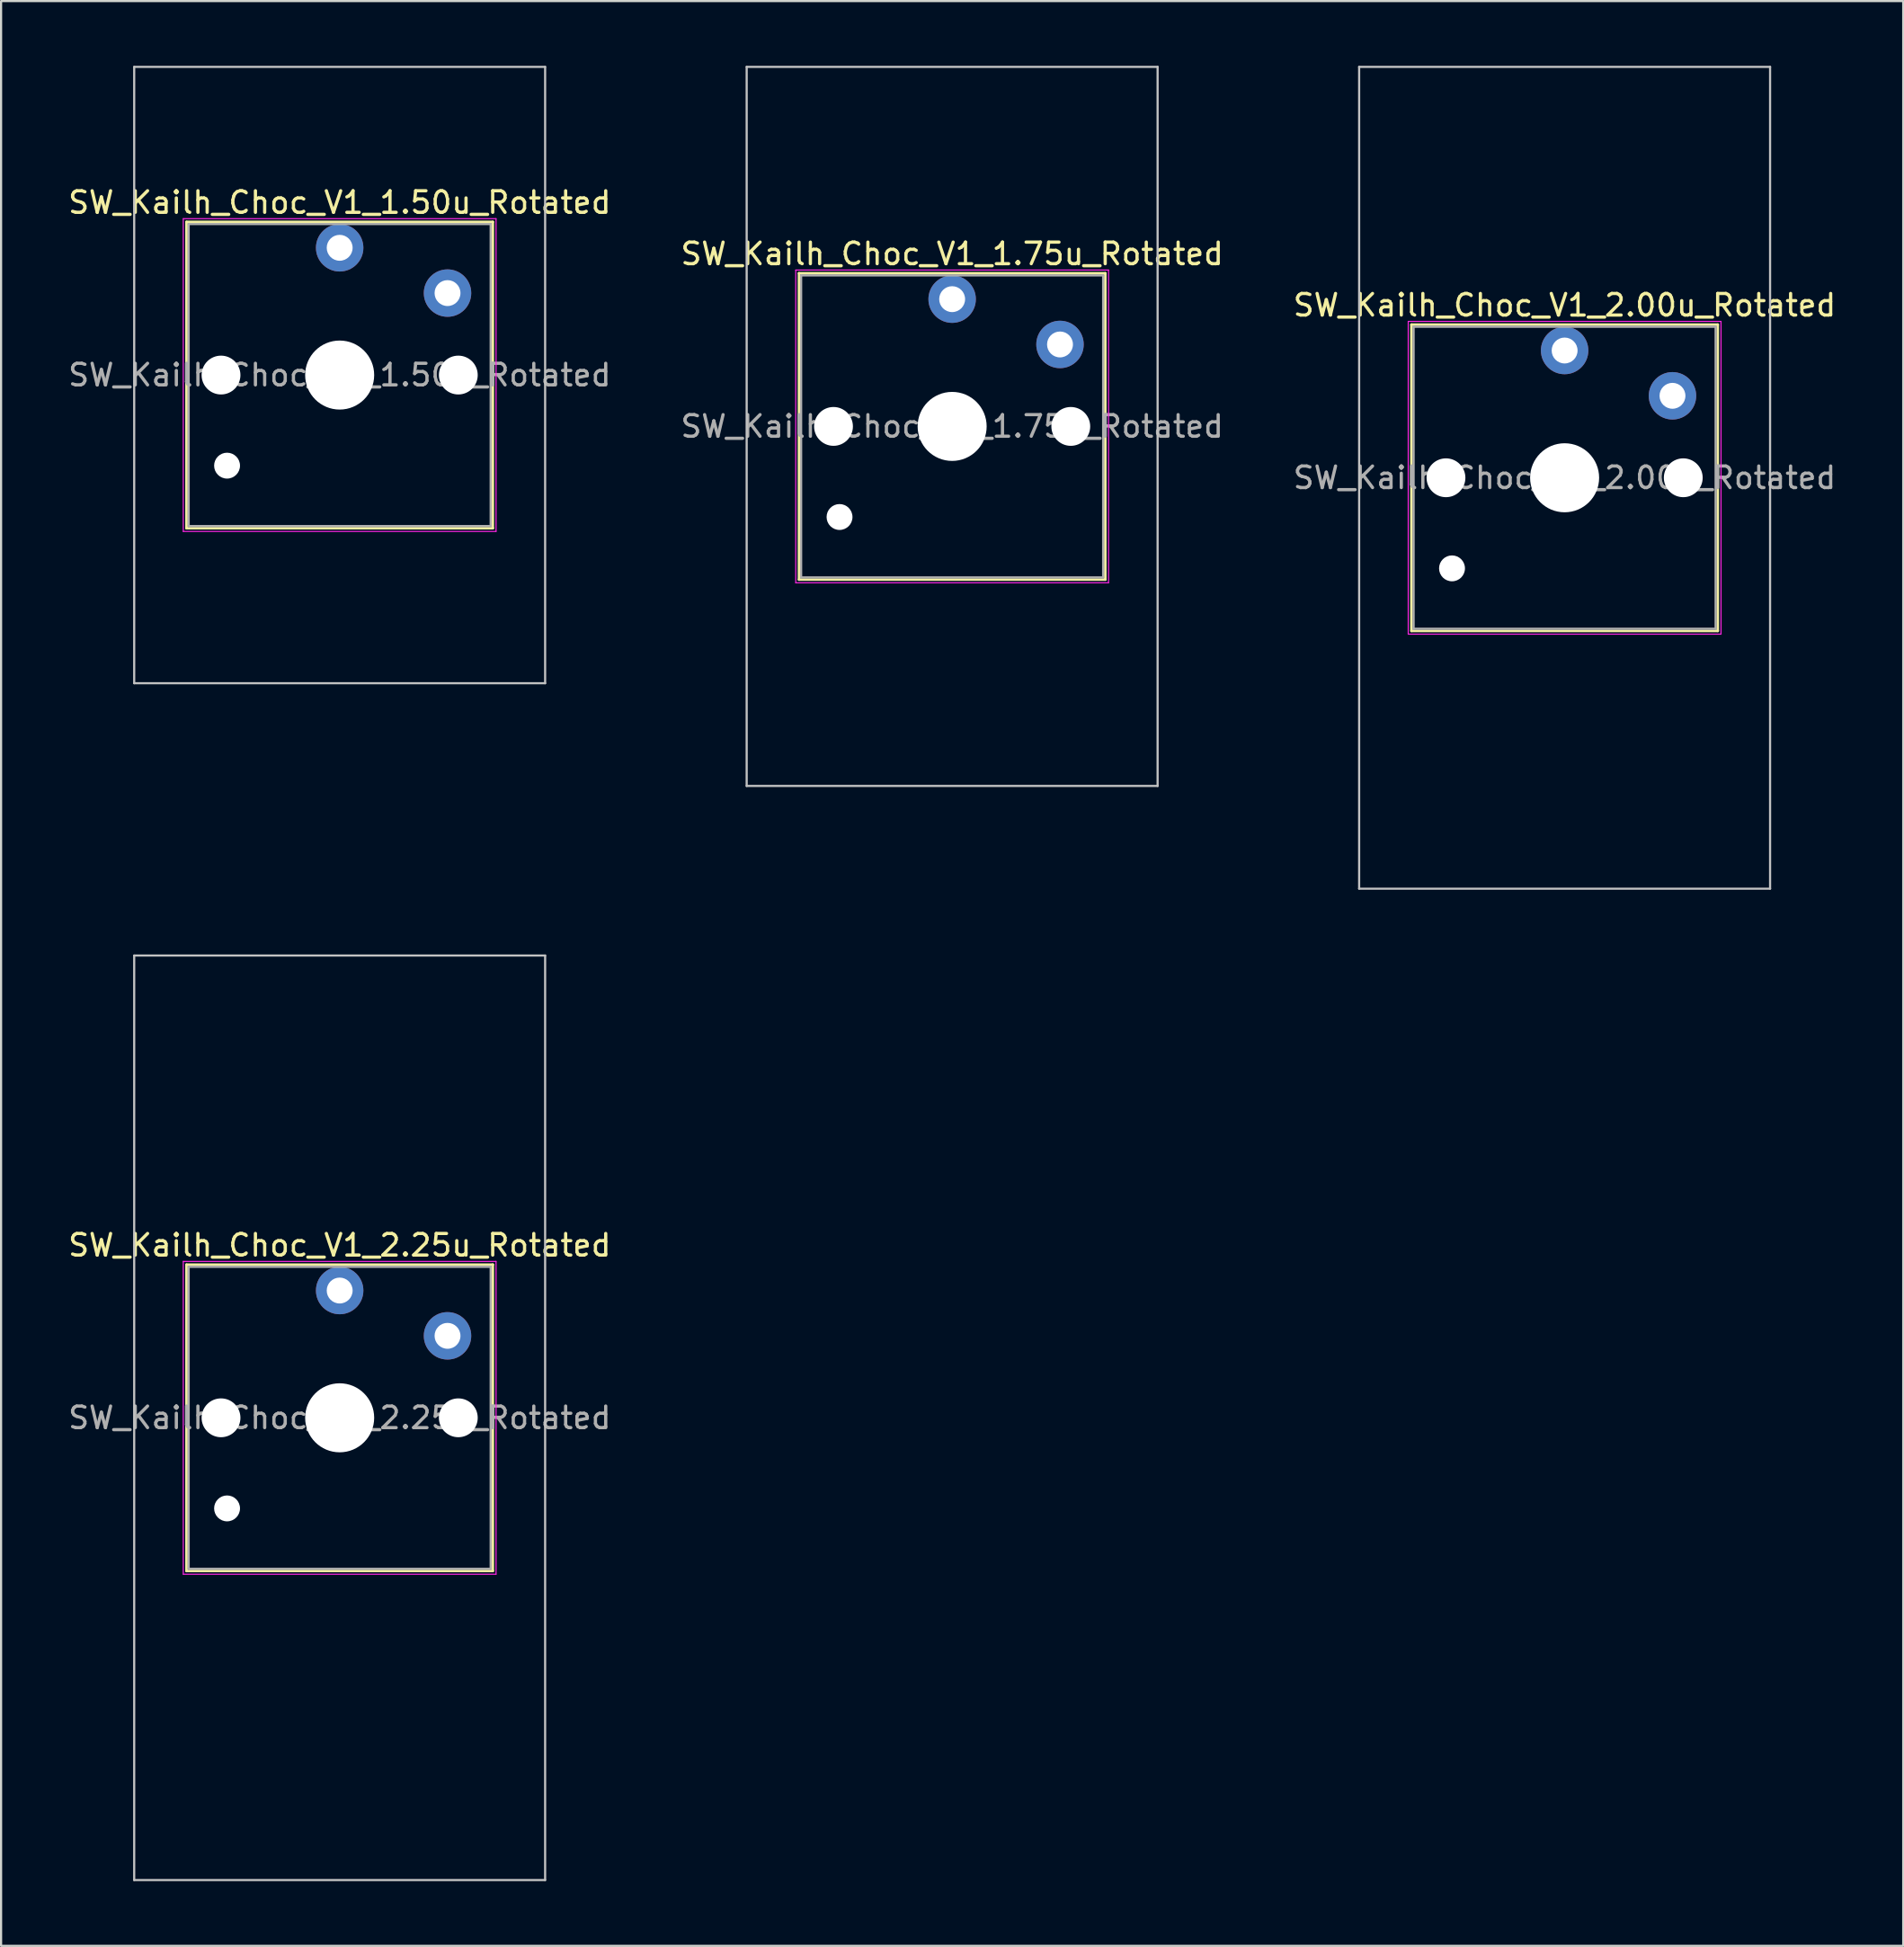
<source format=kicad_pcb>
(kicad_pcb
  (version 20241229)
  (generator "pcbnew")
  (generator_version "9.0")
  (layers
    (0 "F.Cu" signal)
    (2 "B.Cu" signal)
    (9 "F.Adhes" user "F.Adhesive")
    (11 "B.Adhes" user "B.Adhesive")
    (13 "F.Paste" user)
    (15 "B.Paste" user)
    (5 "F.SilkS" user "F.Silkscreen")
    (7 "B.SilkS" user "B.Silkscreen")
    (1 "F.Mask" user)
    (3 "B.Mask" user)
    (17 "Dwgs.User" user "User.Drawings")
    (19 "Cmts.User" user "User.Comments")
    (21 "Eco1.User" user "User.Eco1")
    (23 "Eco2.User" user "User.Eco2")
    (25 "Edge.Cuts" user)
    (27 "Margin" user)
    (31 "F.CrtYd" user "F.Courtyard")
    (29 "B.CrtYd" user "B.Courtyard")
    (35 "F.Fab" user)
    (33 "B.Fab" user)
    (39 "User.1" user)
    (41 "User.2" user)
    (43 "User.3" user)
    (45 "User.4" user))
  (footprint "SW_Kailh_Choc_V1_2.25u_Rotated"
    (layer "F.Cu")
    (at 12.696 62.681)
    (property "Reference" "SW_Kailh_Choc_V1_2.25u_Rotated" (at 0 -8 0) (layer "F.SilkS") (effects (font (size 1 1) (thickness 0.15))))
    (attr through_hole)
    (fp_line (start -7.1 -7.1) (end -7.1 7.1) (stroke (width 0.12) (type solid)) (layer "F.SilkS"))
    (fp_line (start -7.1 7.1) (end 7.1 7.1) (stroke (width 0.12) (type solid)) (layer "F.SilkS"))
    (fp_line (start 7.1 -7.1) (end -7.1 -7.1) (stroke (width 0.12) (type solid)) (layer "F.SilkS"))
    (fp_line (start 7.1 7.1) (end 7.1 -7.1) (stroke (width 0.12) (type solid)) (layer "F.SilkS"))
    (fp_line (start -9.525 -21.431) (end -9.525 21.431) (stroke (width 0.1) (type solid)) (layer "Dwgs.User"))
    (fp_line (start -9.525 21.431) (end 9.525 21.431) (stroke (width 0.1) (type solid)) (layer "Dwgs.User"))
    (fp_line (start 9.525 -21.431) (end -9.525 -21.431) (stroke (width 0.1) (type solid)) (layer "Dwgs.User"))
    (fp_line (start 9.525 21.431) (end 9.525 -21.431) (stroke (width 0.1) (type solid)) (layer "Dwgs.User"))
    (fp_line (start -7.25 -7.25) (end -7.25 7.25) (stroke (width 0.05) (type solid)) (layer "F.CrtYd"))
    (fp_line (start -7.25 7.25) (end 7.25 7.25) (stroke (width 0.05) (type solid)) (layer "F.CrtYd"))
    (fp_line (start 7.25 -7.25) (end -7.25 -7.25) (stroke (width 0.05) (type solid)) (layer "F.CrtYd"))
    (fp_line (start 7.25 7.25) (end 7.25 -7.25) (stroke (width 0.05) (type solid)) (layer "F.CrtYd"))
    (fp_line (start -7 -7) (end -7 7) (stroke (width 0.1) (type solid)) (layer "F.Fab"))
    (fp_line (start -7 7) (end 7 7) (stroke (width 0.1) (type solid)) (layer "F.Fab"))
    (fp_line (start 7 -7) (end -7 -7) (stroke (width 0.1) (type solid)) (layer "F.Fab"))
    (fp_line (start 7 7) (end 7 -7) (stroke (width 0.1) (type solid)) (layer "F.Fab"))
    (fp_text user "${REFERENCE}" (at 0 0 0) (layer "F.Fab") (effects (font (size 1 1) (thickness 0.15))))
    (pad "" np_thru_hole circle (at -5.5 0) (size 1.8 1.8) (drill 1.8) (layers "*.Cu" "*.Mask"))
    (pad "" np_thru_hole circle (at -5.22 4.2) (size 1.2 1.2) (drill 1.2) (layers "*.Cu" "*.Mask"))
    (pad "" np_thru_hole circle (at 0 0) (size 3.2 3.2) (drill 3.2) (layers "*.Cu" "*.Mask"))
    (pad "" np_thru_hole circle (at 5.5 0) (size 1.8 1.8) (drill 1.8) (layers "*.Cu" "*.Mask"))
    (pad "1" thru_hole circle (at 0 -5.9) (size 2.2 2.2) (drill 1.2) (layers "*.Cu" "B.Mask"))
    (pad "2" thru_hole circle (at 5 -3.8) (size 2.2 2.2) (drill 1.2) (layers "*.Cu" "B.Mask")))
  (footprint "SW_Kailh_Choc_V1_1.50u_Rotated"
    (layer "F.Cu")
    (at 12.696 14.338)
    (property "Reference" "SW_Kailh_Choc_V1_1.50u_Rotated" (at 0 -8 0) (layer "F.SilkS") (effects (font (size 1 1) (thickness 0.15))))
    (attr through_hole)
    (fp_line (start -7.1 -7.1) (end -7.1 7.1) (stroke (width 0.12) (type solid)) (layer "F.SilkS"))
    (fp_line (start -7.1 7.1) (end 7.1 7.1) (stroke (width 0.12) (type solid)) (layer "F.SilkS"))
    (fp_line (start 7.1 -7.1) (end -7.1 -7.1) (stroke (width 0.12) (type solid)) (layer "F.SilkS"))
    (fp_line (start 7.1 7.1) (end 7.1 -7.1) (stroke (width 0.12) (type solid)) (layer "F.SilkS"))
    (fp_line (start -9.525 -14.287) (end -9.525 14.287) (stroke (width 0.1) (type solid)) (layer "Dwgs.User"))
    (fp_line (start -9.525 14.287) (end 9.525 14.287) (stroke (width 0.1) (type solid)) (layer "Dwgs.User"))
    (fp_line (start 9.525 -14.287) (end -9.525 -14.287) (stroke (width 0.1) (type solid)) (layer "Dwgs.User"))
    (fp_line (start 9.525 14.287) (end 9.525 -14.287) (stroke (width 0.1) (type solid)) (layer "Dwgs.User"))
    (fp_line (start -7.25 -7.25) (end -7.25 7.25) (stroke (width 0.05) (type solid)) (layer "F.CrtYd"))
    (fp_line (start -7.25 7.25) (end 7.25 7.25) (stroke (width 0.05) (type solid)) (layer "F.CrtYd"))
    (fp_line (start 7.25 -7.25) (end -7.25 -7.25) (stroke (width 0.05) (type solid)) (layer "F.CrtYd"))
    (fp_line (start 7.25 7.25) (end 7.25 -7.25) (stroke (width 0.05) (type solid)) (layer "F.CrtYd"))
    (fp_line (start -7 -7) (end -7 7) (stroke (width 0.1) (type solid)) (layer "F.Fab"))
    (fp_line (start -7 7) (end 7 7) (stroke (width 0.1) (type solid)) (layer "F.Fab"))
    (fp_line (start 7 -7) (end -7 -7) (stroke (width 0.1) (type solid)) (layer "F.Fab"))
    (fp_line (start 7 7) (end 7 -7) (stroke (width 0.1) (type solid)) (layer "F.Fab"))
    (fp_text user "${REFERENCE}" (at 0 0 0) (layer "F.Fab") (effects (font (size 1 1) (thickness 0.15))))
    (pad "" np_thru_hole circle (at -5.5 0) (size 1.8 1.8) (drill 1.8) (layers "*.Cu" "*.Mask"))
    (pad "" np_thru_hole circle (at -5.22 4.2) (size 1.2 1.2) (drill 1.2) (layers "*.Cu" "*.Mask"))
    (pad "" np_thru_hole circle (at 0 0) (size 3.2 3.2) (drill 3.2) (layers "*.Cu" "*.Mask"))
    (pad "" np_thru_hole circle (at 5.5 0) (size 1.8 1.8) (drill 1.8) (layers "*.Cu" "*.Mask"))
    (pad "1" thru_hole circle (at 0 -5.9) (size 2.2 2.2) (drill 1.2) (layers "*.Cu" "B.Mask"))
    (pad "2" thru_hole circle (at 5 -3.8) (size 2.2 2.2) (drill 1.2) (layers "*.Cu" "B.Mask")))
  (footprint "SW_Kailh_Choc_V1_1.75u_Rotated"
    (layer "F.Cu")
    (at 41.089 16.719)
    (property "Reference" "SW_Kailh_Choc_V1_1.75u_Rotated" (at 0 -8 0) (layer "F.SilkS") (effects (font (size 1 1) (thickness 0.15))))
    (attr through_hole)
    (fp_line (start -7.1 -7.1) (end -7.1 7.1) (stroke (width 0.12) (type solid)) (layer "F.SilkS"))
    (fp_line (start -7.1 7.1) (end 7.1 7.1) (stroke (width 0.12) (type solid)) (layer "F.SilkS"))
    (fp_line (start 7.1 -7.1) (end -7.1 -7.1) (stroke (width 0.12) (type solid)) (layer "F.SilkS"))
    (fp_line (start 7.1 7.1) (end 7.1 -7.1) (stroke (width 0.12) (type solid)) (layer "F.SilkS"))
    (fp_line (start -9.525 -16.669) (end -9.525 16.669) (stroke (width 0.1) (type solid)) (layer "Dwgs.User"))
    (fp_line (start -9.525 16.669) (end 9.525 16.669) (stroke (width 0.1) (type solid)) (layer "Dwgs.User"))
    (fp_line (start 9.525 -16.669) (end -9.525 -16.669) (stroke (width 0.1) (type solid)) (layer "Dwgs.User"))
    (fp_line (start 9.525 16.669) (end 9.525 -16.669) (stroke (width 0.1) (type solid)) (layer "Dwgs.User"))
    (fp_line (start -7.25 -7.25) (end -7.25 7.25) (stroke (width 0.05) (type solid)) (layer "F.CrtYd"))
    (fp_line (start -7.25 7.25) (end 7.25 7.25) (stroke (width 0.05) (type solid)) (layer "F.CrtYd"))
    (fp_line (start 7.25 -7.25) (end -7.25 -7.25) (stroke (width 0.05) (type solid)) (layer "F.CrtYd"))
    (fp_line (start 7.25 7.25) (end 7.25 -7.25) (stroke (width 0.05) (type solid)) (layer "F.CrtYd"))
    (fp_line (start -7 -7) (end -7 7) (stroke (width 0.1) (type solid)) (layer "F.Fab"))
    (fp_line (start -7 7) (end 7 7) (stroke (width 0.1) (type solid)) (layer "F.Fab"))
    (fp_line (start 7 -7) (end -7 -7) (stroke (width 0.1) (type solid)) (layer "F.Fab"))
    (fp_line (start 7 7) (end 7 -7) (stroke (width 0.1) (type solid)) (layer "F.Fab"))
    (fp_text user "${REFERENCE}" (at 0 0 0) (layer "F.Fab") (effects (font (size 1 1) (thickness 0.15))))
    (pad "" np_thru_hole circle (at -5.5 0) (size 1.8 1.8) (drill 1.8) (layers "*.Cu" "*.Mask"))
    (pad "" np_thru_hole circle (at -5.22 4.2) (size 1.2 1.2) (drill 1.2) (layers "*.Cu" "*.Mask"))
    (pad "" np_thru_hole circle (at 0 0) (size 3.2 3.2) (drill 3.2) (layers "*.Cu" "*.Mask"))
    (pad "" np_thru_hole circle (at 5.5 0) (size 1.8 1.8) (drill 1.8) (layers "*.Cu" "*.Mask"))
    (pad "1" thru_hole circle (at 0 -5.9) (size 2.2 2.2) (drill 1.2) (layers "*.Cu" "B.Mask"))
    (pad "2" thru_hole circle (at 5 -3.8) (size 2.2 2.2) (drill 1.2) (layers "*.Cu" "B.Mask")))
  (footprint "SW_Kailh_Choc_V1_2.00u_Rotated"
    (layer "F.Cu")
    (at 69.482 19.1)
    (property "Reference" "SW_Kailh_Choc_V1_2.00u_Rotated" (at 0 -8 0) (layer "F.SilkS") (effects (font (size 1 1) (thickness 0.15))))
    (attr through_hole)
    (fp_line (start -7.1 -7.1) (end -7.1 7.1) (stroke (width 0.12) (type solid)) (layer "F.SilkS"))
    (fp_line (start -7.1 7.1) (end 7.1 7.1) (stroke (width 0.12) (type solid)) (layer "F.SilkS"))
    (fp_line (start 7.1 -7.1) (end -7.1 -7.1) (stroke (width 0.12) (type solid)) (layer "F.SilkS"))
    (fp_line (start 7.1 7.1) (end 7.1 -7.1) (stroke (width 0.12) (type solid)) (layer "F.SilkS"))
    (fp_line (start -9.525 -19.05) (end -9.525 19.05) (stroke (width 0.1) (type solid)) (layer "Dwgs.User"))
    (fp_line (start -9.525 19.05) (end 9.525 19.05) (stroke (width 0.1) (type solid)) (layer "Dwgs.User"))
    (fp_line (start 9.525 -19.05) (end -9.525 -19.05) (stroke (width 0.1) (type solid)) (layer "Dwgs.User"))
    (fp_line (start 9.525 19.05) (end 9.525 -19.05) (stroke (width 0.1) (type solid)) (layer "Dwgs.User"))
    (fp_line (start -7.25 -7.25) (end -7.25 7.25) (stroke (width 0.05) (type solid)) (layer "F.CrtYd"))
    (fp_line (start -7.25 7.25) (end 7.25 7.25) (stroke (width 0.05) (type solid)) (layer "F.CrtYd"))
    (fp_line (start 7.25 -7.25) (end -7.25 -7.25) (stroke (width 0.05) (type solid)) (layer "F.CrtYd"))
    (fp_line (start 7.25 7.25) (end 7.25 -7.25) (stroke (width 0.05) (type solid)) (layer "F.CrtYd"))
    (fp_line (start -7 -7) (end -7 7) (stroke (width 0.1) (type solid)) (layer "F.Fab"))
    (fp_line (start -7 7) (end 7 7) (stroke (width 0.1) (type solid)) (layer "F.Fab"))
    (fp_line (start 7 -7) (end -7 -7) (stroke (width 0.1) (type solid)) (layer "F.Fab"))
    (fp_line (start 7 7) (end 7 -7) (stroke (width 0.1) (type solid)) (layer "F.Fab"))
    (fp_text user "${REFERENCE}" (at 0 0 0) (layer "F.Fab") (effects (font (size 1 1) (thickness 0.15))))
    (pad "" np_thru_hole circle (at -5.5 0) (size 1.8 1.8) (drill 1.8) (layers "*.Cu" "*.Mask"))
    (pad "" np_thru_hole circle (at -5.22 4.2) (size 1.2 1.2) (drill 1.2) (layers "*.Cu" "*.Mask"))
    (pad "" np_thru_hole circle (at 0 0) (size 3.2 3.2) (drill 3.2) (layers "*.Cu" "*.Mask"))
    (pad "" np_thru_hole circle (at 5.5 0) (size 1.8 1.8) (drill 1.8) (layers "*.Cu" "*.Mask"))
    (pad "1" thru_hole circle (at 0 -5.9) (size 2.2 2.2) (drill 1.2) (layers "*.Cu" "B.Mask"))
    (pad "2" thru_hole circle (at 5 -3.8) (size 2.2 2.2) (drill 1.2) (layers "*.Cu" "B.Mask")))
  (gr_rect
    (start -3 -3)
    (end 85.179 87.162)
    (stroke (width 0.1) (type default))
    (fill no)
    (layer "Edge.Cuts")))
</source>
